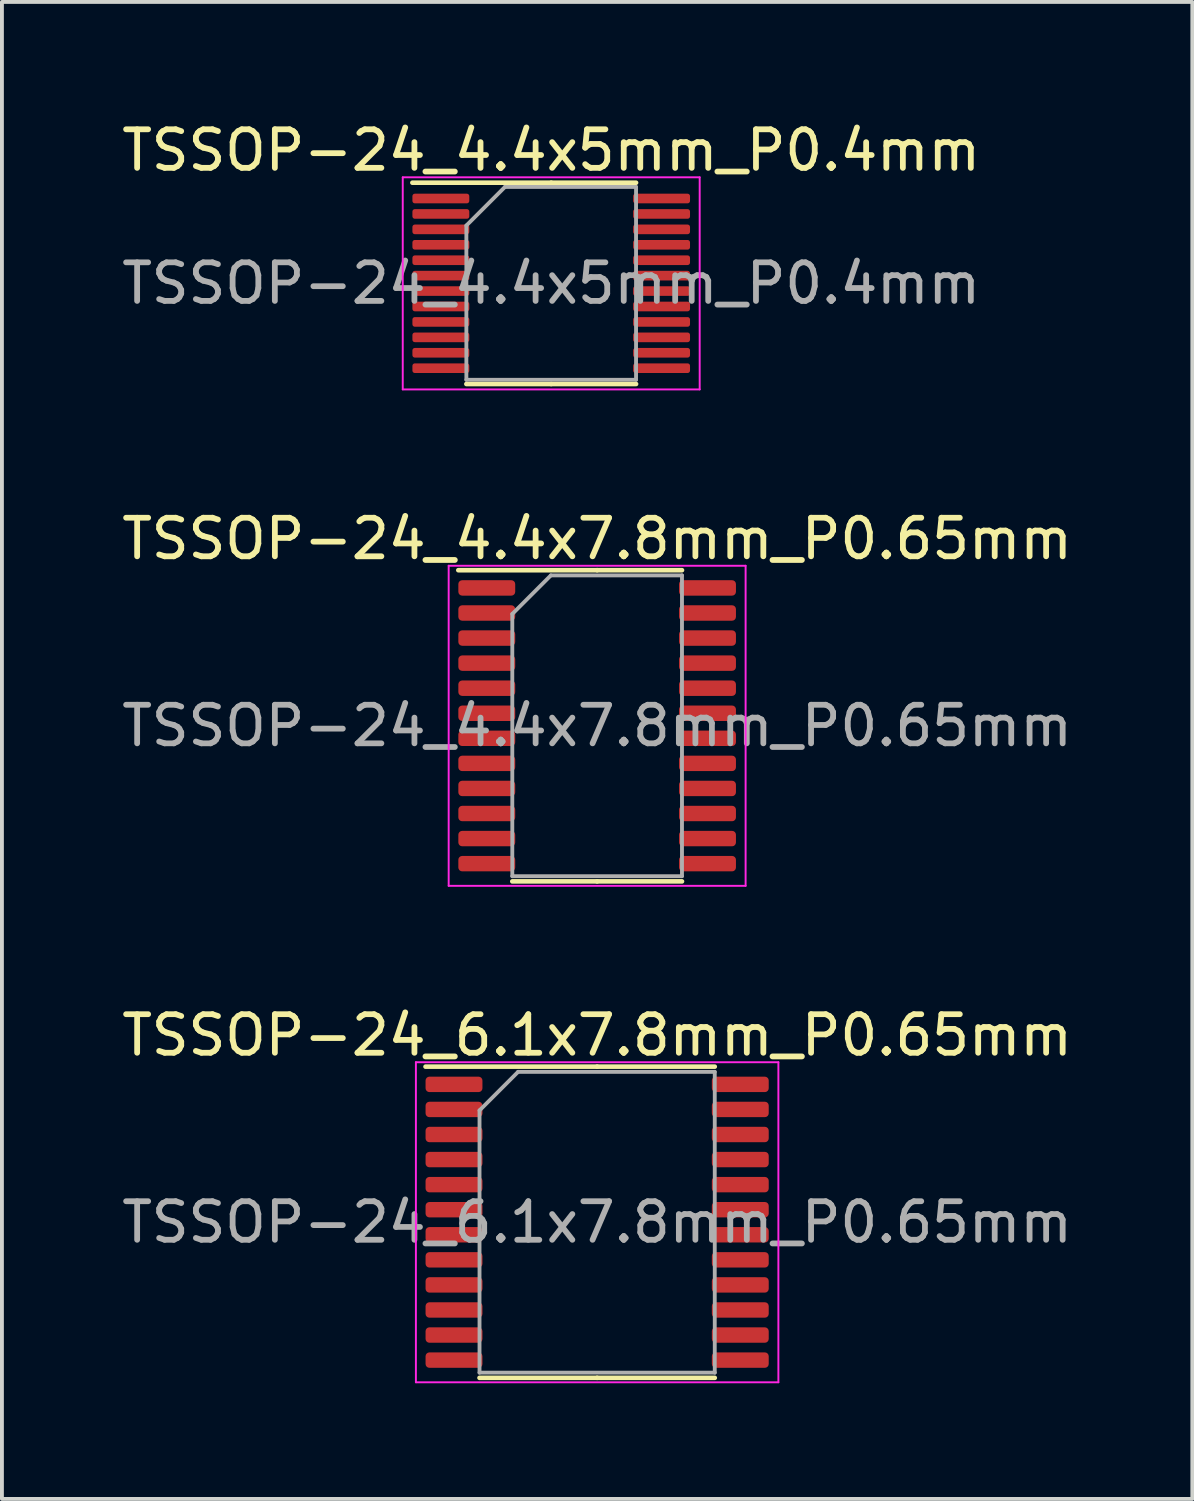
<source format=kicad_pcb>
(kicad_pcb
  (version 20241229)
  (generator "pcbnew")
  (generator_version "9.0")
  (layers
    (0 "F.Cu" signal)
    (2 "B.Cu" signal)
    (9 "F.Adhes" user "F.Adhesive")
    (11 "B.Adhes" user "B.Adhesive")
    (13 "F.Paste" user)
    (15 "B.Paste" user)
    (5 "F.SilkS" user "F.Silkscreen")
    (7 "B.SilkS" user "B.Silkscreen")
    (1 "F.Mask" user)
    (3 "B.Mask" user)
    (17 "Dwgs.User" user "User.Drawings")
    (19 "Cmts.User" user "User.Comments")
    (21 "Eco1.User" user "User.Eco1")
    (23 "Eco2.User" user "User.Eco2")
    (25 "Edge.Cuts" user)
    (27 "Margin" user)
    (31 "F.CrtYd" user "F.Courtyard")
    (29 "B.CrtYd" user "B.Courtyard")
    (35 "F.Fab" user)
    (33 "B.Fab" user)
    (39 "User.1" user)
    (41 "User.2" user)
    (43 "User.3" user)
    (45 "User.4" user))
  (footprint "TSSOP-24_4.4x5mm_P0.4mm"
    (layer "F.Cu")
    (at 11.244 4.298)
    (property "Reference" "TSSOP-24_4.4x5mm_P0.4mm" (at 0 -3.45 0) (layer "F.SilkS") (effects (font (size 1 1) (thickness 0.15))))
    (attr smd)
    (fp_line (start 0 -2.61) (end -3.6 -2.61) (stroke (width 0.12) (type solid)) (layer "F.SilkS"))
    (fp_line (start 0 -2.61) (end 2.2 -2.61) (stroke (width 0.12) (type solid)) (layer "F.SilkS"))
    (fp_line (start 0 2.61) (end -2.2 2.61) (stroke (width 0.12) (type solid)) (layer "F.SilkS"))
    (fp_line (start 0 2.61) (end 2.2 2.61) (stroke (width 0.12) (type solid)) (layer "F.SilkS"))
    (fp_line (start -3.85 -2.75) (end -3.85 2.75) (stroke (width 0.05) (type solid)) (layer "F.CrtYd"))
    (fp_line (start -3.85 2.75) (end 3.85 2.75) (stroke (width 0.05) (type solid)) (layer "F.CrtYd"))
    (fp_line (start 3.85 -2.75) (end -3.85 -2.75) (stroke (width 0.05) (type solid)) (layer "F.CrtYd"))
    (fp_line (start 3.85 2.75) (end 3.85 -2.75) (stroke (width 0.05) (type solid)) (layer "F.CrtYd"))
    (fp_line (start -2.2 -1.5) (end -1.2 -2.5) (stroke (width 0.1) (type solid)) (layer "F.Fab"))
    (fp_line (start -2.2 2.5) (end -2.2 -1.5) (stroke (width 0.1) (type solid)) (layer "F.Fab"))
    (fp_line (start -1.2 -2.5) (end 2.2 -2.5) (stroke (width 0.1) (type solid)) (layer "F.Fab"))
    (fp_line (start 2.2 -2.5) (end 2.2 2.5) (stroke (width 0.1) (type solid)) (layer "F.Fab"))
    (fp_line (start 2.2 2.5) (end -2.2 2.5) (stroke (width 0.1) (type solid)) (layer "F.Fab"))
    (fp_text user "${REFERENCE}" (at 0 0 0) (layer "F.Fab") (effects (font (size 1 1) (thickness 0.15))))
    (pad "1" smd roundrect (at -2.862 -2.2) (size 1.475 0.25) (layers "F.Cu" "F.Mask" "F.Paste") (roundrect_rratio 0.25))
    (pad "2" smd roundrect (at -2.862 -1.8) (size 1.475 0.25) (layers "F.Cu" "F.Mask" "F.Paste") (roundrect_rratio 0.25))
    (pad "3" smd roundrect (at -2.862 -1.4) (size 1.475 0.25) (layers "F.Cu" "F.Mask" "F.Paste") (roundrect_rratio 0.25))
    (pad "4" smd roundrect (at -2.862 -1) (size 1.475 0.25) (layers "F.Cu" "F.Mask" "F.Paste") (roundrect_rratio 0.25))
    (pad "5" smd roundrect (at -2.862 -0.6) (size 1.475 0.25) (layers "F.Cu" "F.Mask" "F.Paste") (roundrect_rratio 0.25))
    (pad "6" smd roundrect (at -2.862 -0.2) (size 1.475 0.25) (layers "F.Cu" "F.Mask" "F.Paste") (roundrect_rratio 0.25))
    (pad "7" smd roundrect (at -2.862 0.2) (size 1.475 0.25) (layers "F.Cu" "F.Mask" "F.Paste") (roundrect_rratio 0.25))
    (pad "8" smd roundrect (at -2.862 0.6) (size 1.475 0.25) (layers "F.Cu" "F.Mask" "F.Paste") (roundrect_rratio 0.25))
    (pad "9" smd roundrect (at -2.862 1) (size 1.475 0.25) (layers "F.Cu" "F.Mask" "F.Paste") (roundrect_rratio 0.25))
    (pad "10" smd roundrect (at -2.862 1.4) (size 1.475 0.25) (layers "F.Cu" "F.Mask" "F.Paste") (roundrect_rratio 0.25))
    (pad "11" smd roundrect (at -2.862 1.8) (size 1.475 0.25) (layers "F.Cu" "F.Mask" "F.Paste") (roundrect_rratio 0.25))
    (pad "12" smd roundrect (at -2.862 2.2) (size 1.475 0.25) (layers "F.Cu" "F.Mask" "F.Paste") (roundrect_rratio 0.25))
    (pad "13" smd roundrect (at 2.862 2.2) (size 1.475 0.25) (layers "F.Cu" "F.Mask" "F.Paste") (roundrect_rratio 0.25))
    (pad "14" smd roundrect (at 2.862 1.8) (size 1.475 0.25) (layers "F.Cu" "F.Mask" "F.Paste") (roundrect_rratio 0.25))
    (pad "15" smd roundrect (at 2.862 1.4) (size 1.475 0.25) (layers "F.Cu" "F.Mask" "F.Paste") (roundrect_rratio 0.25))
    (pad "16" smd roundrect (at 2.862 1) (size 1.475 0.25) (layers "F.Cu" "F.Mask" "F.Paste") (roundrect_rratio 0.25))
    (pad "17" smd roundrect (at 2.862 0.6) (size 1.475 0.25) (layers "F.Cu" "F.Mask" "F.Paste") (roundrect_rratio 0.25))
    (pad "18" smd roundrect (at 2.862 0.2) (size 1.475 0.25) (layers "F.Cu" "F.Mask" "F.Paste") (roundrect_rratio 0.25))
    (pad "19" smd roundrect (at 2.862 -0.2) (size 1.475 0.25) (layers "F.Cu" "F.Mask" "F.Paste") (roundrect_rratio 0.25))
    (pad "20" smd roundrect (at 2.862 -0.6) (size 1.475 0.25) (layers "F.Cu" "F.Mask" "F.Paste") (roundrect_rratio 0.25))
    (pad "21" smd roundrect (at 2.862 -1) (size 1.475 0.25) (layers "F.Cu" "F.Mask" "F.Paste") (roundrect_rratio 0.25))
    (pad "22" smd roundrect (at 2.862 -1.4) (size 1.475 0.25) (layers "F.Cu" "F.Mask" "F.Paste") (roundrect_rratio 0.25))
    (pad "23" smd roundrect (at 2.862 -1.8) (size 1.475 0.25) (layers "F.Cu" "F.Mask" "F.Paste") (roundrect_rratio 0.25))
    (pad "24" smd roundrect (at 2.862 -2.2) (size 1.475 0.25) (layers "F.Cu" "F.Mask" "F.Paste") (roundrect_rratio 0.25)))
  (footprint "TSSOP-24_4.4x7.8mm_P0.65mm"
    (layer "F.Cu")
    (at 12.435 15.771)
    (property "Reference" "TSSOP-24_4.4x7.8mm_P0.65mm" (at 0 -4.85 0) (layer "F.SilkS") (effects (font (size 1 1) (thickness 0.15))))
    (attr smd)
    (fp_line (start 0 -4.035) (end -3.6 -4.035) (stroke (width 0.12) (type solid)) (layer "F.SilkS"))
    (fp_line (start 0 -4.035) (end 2.2 -4.035) (stroke (width 0.12) (type solid)) (layer "F.SilkS"))
    (fp_line (start 0 4.035) (end -2.2 4.035) (stroke (width 0.12) (type solid)) (layer "F.SilkS"))
    (fp_line (start 0 4.035) (end 2.2 4.035) (stroke (width 0.12) (type solid)) (layer "F.SilkS"))
    (fp_line (start -3.85 -4.15) (end -3.85 4.15) (stroke (width 0.05) (type solid)) (layer "F.CrtYd"))
    (fp_line (start -3.85 4.15) (end 3.85 4.15) (stroke (width 0.05) (type solid)) (layer "F.CrtYd"))
    (fp_line (start 3.85 -4.15) (end -3.85 -4.15) (stroke (width 0.05) (type solid)) (layer "F.CrtYd"))
    (fp_line (start 3.85 4.15) (end 3.85 -4.15) (stroke (width 0.05) (type solid)) (layer "F.CrtYd"))
    (fp_line (start -2.2 -2.9) (end -1.2 -3.9) (stroke (width 0.1) (type solid)) (layer "F.Fab"))
    (fp_line (start -2.2 3.9) (end -2.2 -2.9) (stroke (width 0.1) (type solid)) (layer "F.Fab"))
    (fp_line (start -1.2 -3.9) (end 2.2 -3.9) (stroke (width 0.1) (type solid)) (layer "F.Fab"))
    (fp_line (start 2.2 -3.9) (end 2.2 3.9) (stroke (width 0.1) (type solid)) (layer "F.Fab"))
    (fp_line (start 2.2 3.9) (end -2.2 3.9) (stroke (width 0.1) (type solid)) (layer "F.Fab"))
    (fp_text user "${REFERENCE}" (at 0 0 0) (layer "F.Fab") (effects (font (size 1 1) (thickness 0.15))))
    (pad "1" smd roundrect (at -2.862 -3.575) (size 1.475 0.4) (layers "F.Cu" "F.Mask" "F.Paste") (roundrect_rratio 0.25))
    (pad "2" smd roundrect (at -2.862 -2.925) (size 1.475 0.4) (layers "F.Cu" "F.Mask" "F.Paste") (roundrect_rratio 0.25))
    (pad "3" smd roundrect (at -2.862 -2.275) (size 1.475 0.4) (layers "F.Cu" "F.Mask" "F.Paste") (roundrect_rratio 0.25))
    (pad "4" smd roundrect (at -2.862 -1.625) (size 1.475 0.4) (layers "F.Cu" "F.Mask" "F.Paste") (roundrect_rratio 0.25))
    (pad "5" smd roundrect (at -2.862 -0.975) (size 1.475 0.4) (layers "F.Cu" "F.Mask" "F.Paste") (roundrect_rratio 0.25))
    (pad "6" smd roundrect (at -2.862 -0.325) (size 1.475 0.4) (layers "F.Cu" "F.Mask" "F.Paste") (roundrect_rratio 0.25))
    (pad "7" smd roundrect (at -2.862 0.325) (size 1.475 0.4) (layers "F.Cu" "F.Mask" "F.Paste") (roundrect_rratio 0.25))
    (pad "8" smd roundrect (at -2.862 0.975) (size 1.475 0.4) (layers "F.Cu" "F.Mask" "F.Paste") (roundrect_rratio 0.25))
    (pad "9" smd roundrect (at -2.862 1.625) (size 1.475 0.4) (layers "F.Cu" "F.Mask" "F.Paste") (roundrect_rratio 0.25))
    (pad "10" smd roundrect (at -2.862 2.275) (size 1.475 0.4) (layers "F.Cu" "F.Mask" "F.Paste") (roundrect_rratio 0.25))
    (pad "11" smd roundrect (at -2.862 2.925) (size 1.475 0.4) (layers "F.Cu" "F.Mask" "F.Paste") (roundrect_rratio 0.25))
    (pad "12" smd roundrect (at -2.862 3.575) (size 1.475 0.4) (layers "F.Cu" "F.Mask" "F.Paste") (roundrect_rratio 0.25))
    (pad "13" smd roundrect (at 2.862 3.575) (size 1.475 0.4) (layers "F.Cu" "F.Mask" "F.Paste") (roundrect_rratio 0.25))
    (pad "14" smd roundrect (at 2.862 2.925) (size 1.475 0.4) (layers "F.Cu" "F.Mask" "F.Paste") (roundrect_rratio 0.25))
    (pad "15" smd roundrect (at 2.862 2.275) (size 1.475 0.4) (layers "F.Cu" "F.Mask" "F.Paste") (roundrect_rratio 0.25))
    (pad "16" smd roundrect (at 2.862 1.625) (size 1.475 0.4) (layers "F.Cu" "F.Mask" "F.Paste") (roundrect_rratio 0.25))
    (pad "17" smd roundrect (at 2.862 0.975) (size 1.475 0.4) (layers "F.Cu" "F.Mask" "F.Paste") (roundrect_rratio 0.25))
    (pad "18" smd roundrect (at 2.862 0.325) (size 1.475 0.4) (layers "F.Cu" "F.Mask" "F.Paste") (roundrect_rratio 0.25))
    (pad "19" smd roundrect (at 2.862 -0.325) (size 1.475 0.4) (layers "F.Cu" "F.Mask" "F.Paste") (roundrect_rratio 0.25))
    (pad "20" smd roundrect (at 2.862 -0.975) (size 1.475 0.4) (layers "F.Cu" "F.Mask" "F.Paste") (roundrect_rratio 0.25))
    (pad "21" smd roundrect (at 2.862 -1.625) (size 1.475 0.4) (layers "F.Cu" "F.Mask" "F.Paste") (roundrect_rratio 0.25))
    (pad "22" smd roundrect (at 2.862 -2.275) (size 1.475 0.4) (layers "F.Cu" "F.Mask" "F.Paste") (roundrect_rratio 0.25))
    (pad "23" smd roundrect (at 2.862 -2.925) (size 1.475 0.4) (layers "F.Cu" "F.Mask" "F.Paste") (roundrect_rratio 0.25))
    (pad "24" smd roundrect (at 2.862 -3.575) (size 1.475 0.4) (layers "F.Cu" "F.Mask" "F.Paste") (roundrect_rratio 0.25)))
  (footprint "TSSOP-24_6.1x7.8mm_P0.65mm"
    (layer "F.Cu")
    (at 12.435 28.645)
    (property "Reference" "TSSOP-24_6.1x7.8mm_P0.65mm" (at 0 -4.85 0) (layer "F.SilkS") (effects (font (size 1 1) (thickness 0.15))))
    (attr smd)
    (fp_line (start 0 -4.035) (end -4.45 -4.035) (stroke (width 0.12) (type solid)) (layer "F.SilkS"))
    (fp_line (start 0 -4.035) (end 3.05 -4.035) (stroke (width 0.12) (type solid)) (layer "F.SilkS"))
    (fp_line (start 0 4.035) (end -3.05 4.035) (stroke (width 0.12) (type solid)) (layer "F.SilkS"))
    (fp_line (start 0 4.035) (end 3.05 4.035) (stroke (width 0.12) (type solid)) (layer "F.SilkS"))
    (fp_line (start -4.7 -4.15) (end -4.7 4.15) (stroke (width 0.05) (type solid)) (layer "F.CrtYd"))
    (fp_line (start -4.7 4.15) (end 4.7 4.15) (stroke (width 0.05) (type solid)) (layer "F.CrtYd"))
    (fp_line (start 4.7 -4.15) (end -4.7 -4.15) (stroke (width 0.05) (type solid)) (layer "F.CrtYd"))
    (fp_line (start 4.7 4.15) (end 4.7 -4.15) (stroke (width 0.05) (type solid)) (layer "F.CrtYd"))
    (fp_line (start -3.05 -2.9) (end -2.05 -3.9) (stroke (width 0.1) (type solid)) (layer "F.Fab"))
    (fp_line (start -3.05 3.9) (end -3.05 -2.9) (stroke (width 0.1) (type solid)) (layer "F.Fab"))
    (fp_line (start -2.05 -3.9) (end 3.05 -3.9) (stroke (width 0.1) (type solid)) (layer "F.Fab"))
    (fp_line (start 3.05 -3.9) (end 3.05 3.9) (stroke (width 0.1) (type solid)) (layer "F.Fab"))
    (fp_line (start 3.05 3.9) (end -3.05 3.9) (stroke (width 0.1) (type solid)) (layer "F.Fab"))
    (fp_text user "${REFERENCE}" (at 0 0 0) (layer "F.Fab") (effects (font (size 1 1) (thickness 0.15))))
    (pad "1" smd roundrect (at -3.712 -3.575) (size 1.475 0.4) (layers "F.Cu" "F.Mask" "F.Paste") (roundrect_rratio 0.25))
    (pad "2" smd roundrect (at -3.712 -2.925) (size 1.475 0.4) (layers "F.Cu" "F.Mask" "F.Paste") (roundrect_rratio 0.25))
    (pad "3" smd roundrect (at -3.712 -2.275) (size 1.475 0.4) (layers "F.Cu" "F.Mask" "F.Paste") (roundrect_rratio 0.25))
    (pad "4" smd roundrect (at -3.712 -1.625) (size 1.475 0.4) (layers "F.Cu" "F.Mask" "F.Paste") (roundrect_rratio 0.25))
    (pad "5" smd roundrect (at -3.712 -0.975) (size 1.475 0.4) (layers "F.Cu" "F.Mask" "F.Paste") (roundrect_rratio 0.25))
    (pad "6" smd roundrect (at -3.712 -0.325) (size 1.475 0.4) (layers "F.Cu" "F.Mask" "F.Paste") (roundrect_rratio 0.25))
    (pad "7" smd roundrect (at -3.712 0.325) (size 1.475 0.4) (layers "F.Cu" "F.Mask" "F.Paste") (roundrect_rratio 0.25))
    (pad "8" smd roundrect (at -3.712 0.975) (size 1.475 0.4) (layers "F.Cu" "F.Mask" "F.Paste") (roundrect_rratio 0.25))
    (pad "9" smd roundrect (at -3.712 1.625) (size 1.475 0.4) (layers "F.Cu" "F.Mask" "F.Paste") (roundrect_rratio 0.25))
    (pad "10" smd roundrect (at -3.712 2.275) (size 1.475 0.4) (layers "F.Cu" "F.Mask" "F.Paste") (roundrect_rratio 0.25))
    (pad "11" smd roundrect (at -3.712 2.925) (size 1.475 0.4) (layers "F.Cu" "F.Mask" "F.Paste") (roundrect_rratio 0.25))
    (pad "12" smd roundrect (at -3.712 3.575) (size 1.475 0.4) (layers "F.Cu" "F.Mask" "F.Paste") (roundrect_rratio 0.25))
    (pad "13" smd roundrect (at 3.712 3.575) (size 1.475 0.4) (layers "F.Cu" "F.Mask" "F.Paste") (roundrect_rratio 0.25))
    (pad "14" smd roundrect (at 3.712 2.925) (size 1.475 0.4) (layers "F.Cu" "F.Mask" "F.Paste") (roundrect_rratio 0.25))
    (pad "15" smd roundrect (at 3.712 2.275) (size 1.475 0.4) (layers "F.Cu" "F.Mask" "F.Paste") (roundrect_rratio 0.25))
    (pad "16" smd roundrect (at 3.712 1.625) (size 1.475 0.4) (layers "F.Cu" "F.Mask" "F.Paste") (roundrect_rratio 0.25))
    (pad "17" smd roundrect (at 3.712 0.975) (size 1.475 0.4) (layers "F.Cu" "F.Mask" "F.Paste") (roundrect_rratio 0.25))
    (pad "18" smd roundrect (at 3.712 0.325) (size 1.475 0.4) (layers "F.Cu" "F.Mask" "F.Paste") (roundrect_rratio 0.25))
    (pad "19" smd roundrect (at 3.712 -0.325) (size 1.475 0.4) (layers "F.Cu" "F.Mask" "F.Paste") (roundrect_rratio 0.25))
    (pad "20" smd roundrect (at 3.712 -0.975) (size 1.475 0.4) (layers "F.Cu" "F.Mask" "F.Paste") (roundrect_rratio 0.25))
    (pad "21" smd roundrect (at 3.712 -1.625) (size 1.475 0.4) (layers "F.Cu" "F.Mask" "F.Paste") (roundrect_rratio 0.25))
    (pad "22" smd roundrect (at 3.712 -2.275) (size 1.475 0.4) (layers "F.Cu" "F.Mask" "F.Paste") (roundrect_rratio 0.25))
    (pad "23" smd roundrect (at 3.712 -2.925) (size 1.475 0.4) (layers "F.Cu" "F.Mask" "F.Paste") (roundrect_rratio 0.25))
    (pad "24" smd roundrect (at 3.712 -3.575) (size 1.475 0.4) (layers "F.Cu" "F.Mask" "F.Paste") (roundrect_rratio 0.25)))
  (gr_rect
    (start -3 -3)
    (end 27.869 35.82)
    (stroke (width 0.1) (type default))
    (fill no)
    (layer "Edge.Cuts")))
</source>
